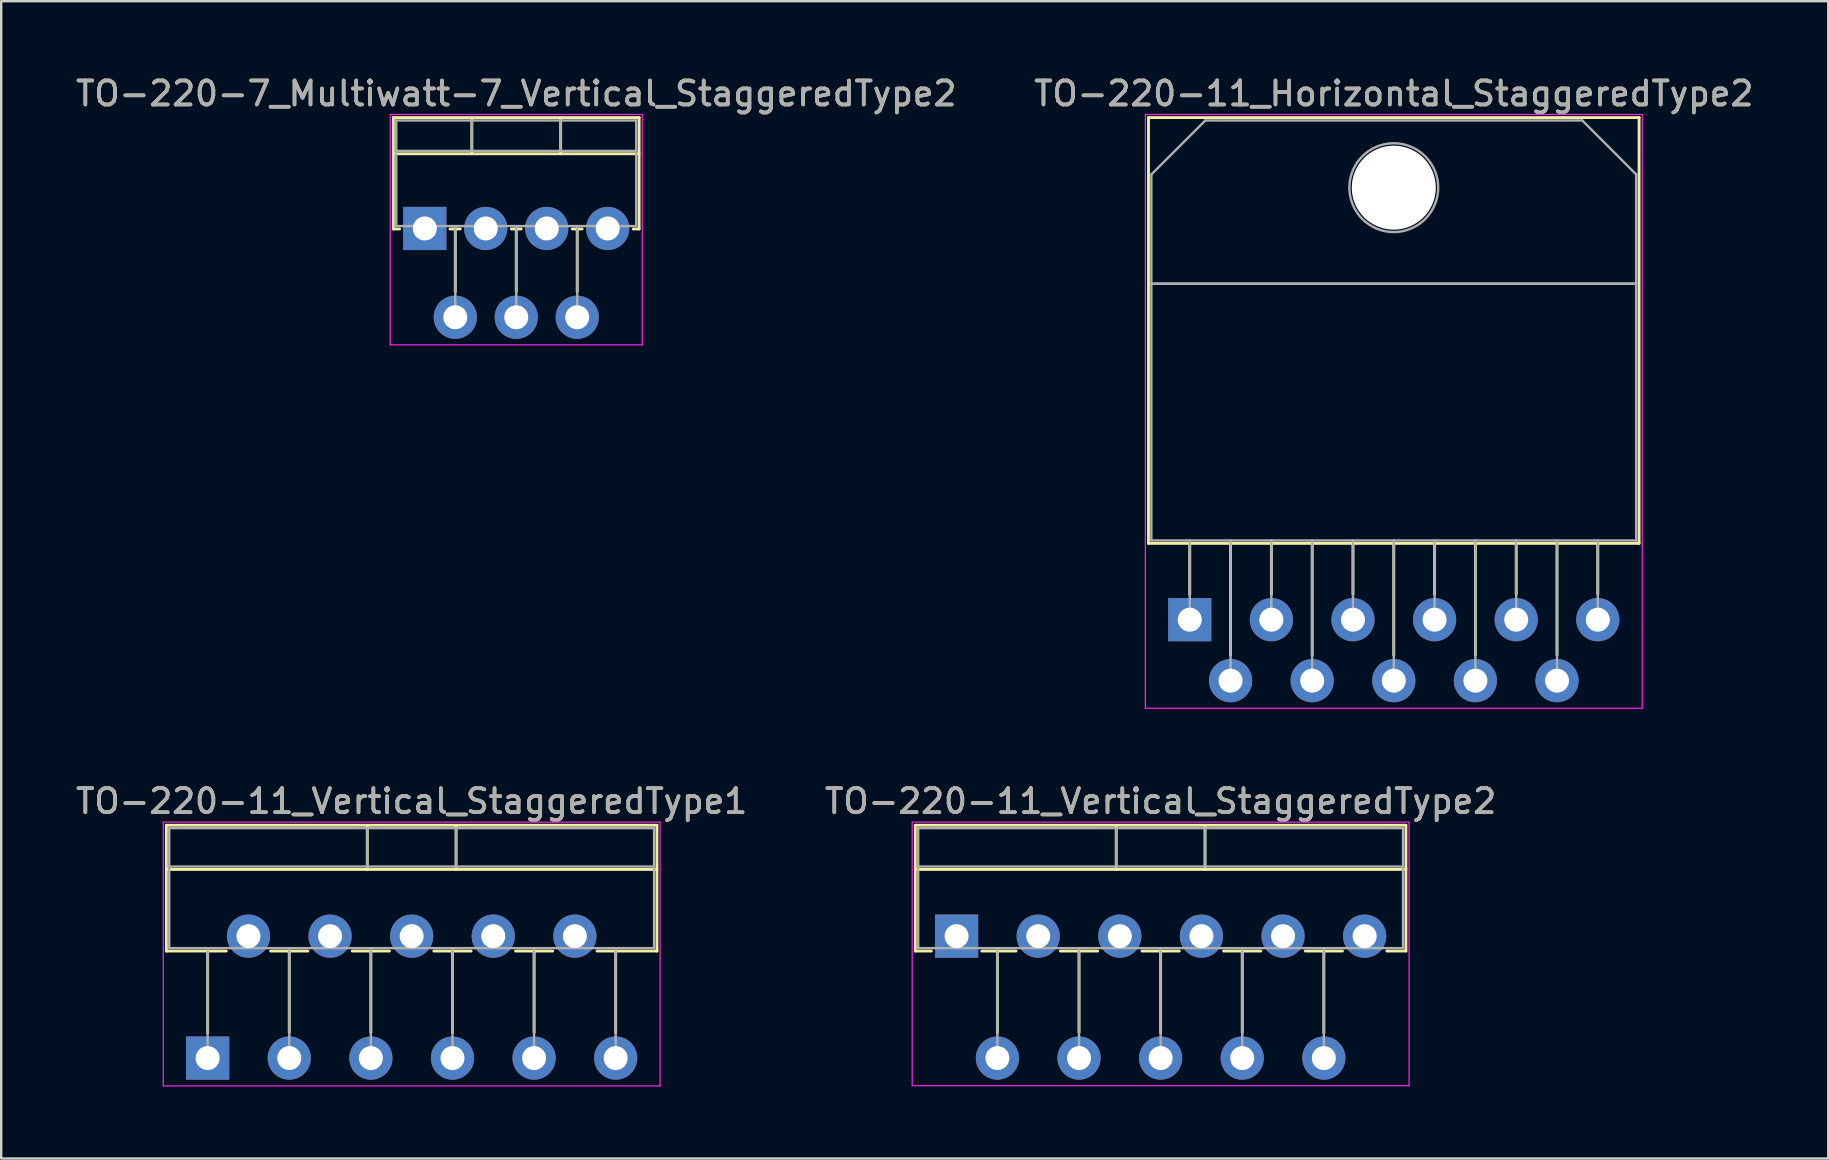
<source format=kicad_pcb>
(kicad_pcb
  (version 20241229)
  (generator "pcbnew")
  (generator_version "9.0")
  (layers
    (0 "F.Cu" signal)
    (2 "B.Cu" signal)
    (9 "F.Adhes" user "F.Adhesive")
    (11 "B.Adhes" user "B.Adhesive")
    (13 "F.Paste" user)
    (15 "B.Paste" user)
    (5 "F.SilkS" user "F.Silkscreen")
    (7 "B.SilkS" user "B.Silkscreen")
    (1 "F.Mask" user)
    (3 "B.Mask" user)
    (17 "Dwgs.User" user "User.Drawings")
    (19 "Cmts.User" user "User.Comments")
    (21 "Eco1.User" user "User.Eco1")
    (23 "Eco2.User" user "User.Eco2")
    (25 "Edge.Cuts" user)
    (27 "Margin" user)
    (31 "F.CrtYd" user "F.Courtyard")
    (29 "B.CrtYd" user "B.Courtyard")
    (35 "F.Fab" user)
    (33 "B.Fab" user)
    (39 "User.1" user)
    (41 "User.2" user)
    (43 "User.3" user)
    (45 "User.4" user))
  (footprint "TO-220-11_Vertical_StaggeredType1"
    (layer "F.Cu")
    (at 5.601 41.032)
    (property "Reference" "TO-220-11_Vertical_StaggeredType1" (at 8.5 -10.7 0) (layer "F.SilkS") (effects (font (size 1 1) (thickness 0.15))))
    (attr through_hole)
    (fp_line (start -1.72 -9.7) (end -1.72 -4.459) (stroke (width 0.12) (type solid)) (layer "F.SilkS"))
    (fp_line (start -1.72 -9.7) (end 18.72 -9.7) (stroke (width 0.12) (type solid)) (layer "F.SilkS"))
    (fp_line (start -1.72 -7.86) (end 18.72 -7.86) (stroke (width 0.12) (type solid)) (layer "F.SilkS"))
    (fp_line (start -1.72 -4.459) (end 0.776 -4.459) (stroke (width 0.12) (type solid)) (layer "F.SilkS"))
    (fp_line (start 0 -4.459) (end 0 -1.05) (stroke (width 0.12) (type solid)) (layer "F.SilkS"))
    (fp_line (start 2.625 -4.459) (end 4.176 -4.459) (stroke (width 0.12) (type solid)) (layer "F.SilkS"))
    (fp_line (start 3.4 -4.459) (end 3.4 -1.065) (stroke (width 0.12) (type solid)) (layer "F.SilkS"))
    (fp_line (start 6.025 -4.459) (end 7.576 -4.459) (stroke (width 0.12) (type solid)) (layer "F.SilkS"))
    (fp_line (start 6.65 -9.7) (end 6.65 -7.86) (stroke (width 0.12) (type solid)) (layer "F.SilkS"))
    (fp_line (start 6.8 -4.459) (end 6.8 -1.065) (stroke (width 0.12) (type solid)) (layer "F.SilkS"))
    (fp_line (start 9.425 -4.459) (end 10.976 -4.459) (stroke (width 0.12) (type solid)) (layer "F.SilkS"))
    (fp_line (start 10.2 -4.459) (end 10.2 -1.065) (stroke (width 0.12) (type solid)) (layer "F.SilkS"))
    (fp_line (start 10.35 -9.7) (end 10.35 -7.86) (stroke (width 0.12) (type solid)) (layer "F.SilkS"))
    (fp_line (start 12.825 -4.459) (end 14.376 -4.459) (stroke (width 0.12) (type solid)) (layer "F.SilkS"))
    (fp_line (start 13.6 -4.459) (end 13.6 -1.065) (stroke (width 0.12) (type solid)) (layer "F.SilkS"))
    (fp_line (start 16.225 -4.459) (end 18.72 -4.459) (stroke (width 0.12) (type solid)) (layer "F.SilkS"))
    (fp_line (start 17 -4.459) (end 17 -1.065) (stroke (width 0.12) (type solid)) (layer "F.SilkS"))
    (fp_line (start 18.72 -9.7) (end 18.72 -4.459) (stroke (width 0.12) (type solid)) (layer "F.SilkS"))
    (fp_line (start -1.85 -9.83) (end -1.85 1.16) (stroke (width 0.05) (type solid)) (layer "F.CrtYd"))
    (fp_line (start -1.85 1.16) (end 18.85 1.16) (stroke (width 0.05) (type solid)) (layer "F.CrtYd"))
    (fp_line (start 18.85 -9.83) (end -1.85 -9.83) (stroke (width 0.05) (type solid)) (layer "F.CrtYd"))
    (fp_line (start 18.85 1.16) (end 18.85 -9.83) (stroke (width 0.05) (type solid)) (layer "F.CrtYd"))
    (fp_line (start -1.6 -9.58) (end -1.6 -4.58) (stroke (width 0.1) (type solid)) (layer "F.Fab"))
    (fp_line (start -1.6 -7.98) (end 18.6 -7.98) (stroke (width 0.1) (type solid)) (layer "F.Fab"))
    (fp_line (start -1.6 -4.58) (end 18.6 -4.58) (stroke (width 0.1) (type solid)) (layer "F.Fab"))
    (fp_line (start 0 -4.58) (end 0 0) (stroke (width 0.1) (type solid)) (layer "F.Fab"))
    (fp_line (start 3.4 -4.58) (end 3.4 0) (stroke (width 0.1) (type solid)) (layer "F.Fab"))
    (fp_line (start 6.65 -9.58) (end 6.65 -7.98) (stroke (width 0.1) (type solid)) (layer "F.Fab"))
    (fp_line (start 6.8 -4.58) (end 6.8 0) (stroke (width 0.1) (type solid)) (layer "F.Fab"))
    (fp_line (start 10.2 -4.58) (end 10.2 0) (stroke (width 0.1) (type solid)) (layer "F.Fab"))
    (fp_line (start 10.35 -9.58) (end 10.35 -7.98) (stroke (width 0.1) (type solid)) (layer "F.Fab"))
    (fp_line (start 13.6 -4.58) (end 13.6 0) (stroke (width 0.1) (type solid)) (layer "F.Fab"))
    (fp_line (start 17 -4.58) (end 17 0) (stroke (width 0.1) (type solid)) (layer "F.Fab"))
    (fp_line (start 18.6 -9.58) (end -1.6 -9.58) (stroke (width 0.1) (type solid)) (layer "F.Fab"))
    (fp_line (start 18.6 -4.58) (end 18.6 -9.58) (stroke (width 0.1) (type solid)) (layer "F.Fab"))
    (fp_text user "${REFERENCE}" (at 8.5 -10.7 0) (layer "F.Fab") (effects (font (size 1 1) (thickness 0.15))))
    (pad "1" thru_hole rect (at 0 0) (size 1.8 1.8) (drill 1) (layers "*.Cu" "*.Mask"))
    (pad "2" thru_hole oval (at 1.7 -5.08) (size 1.8 1.8) (drill 1) (layers "*.Cu" "*.Mask"))
    (pad "3" thru_hole oval (at 3.4 0) (size 1.8 1.8) (drill 1) (layers "*.Cu" "*.Mask"))
    (pad "4" thru_hole oval (at 5.1 -5.08) (size 1.8 1.8) (drill 1) (layers "*.Cu" "*.Mask"))
    (pad "5" thru_hole oval (at 6.8 0) (size 1.8 1.8) (drill 1) (layers "*.Cu" "*.Mask"))
    (pad "6" thru_hole oval (at 8.5 -5.08) (size 1.8 1.8) (drill 1) (layers "*.Cu" "*.Mask"))
    (pad "7" thru_hole oval (at 10.2 0) (size 1.8 1.8) (drill 1) (layers "*.Cu" "*.Mask"))
    (pad "8" thru_hole oval (at 11.9 -5.08) (size 1.8 1.8) (drill 1) (layers "*.Cu" "*.Mask"))
    (pad "9" thru_hole oval (at 13.6 0) (size 1.8 1.8) (drill 1) (layers "*.Cu" "*.Mask"))
    (pad "10" thru_hole oval (at 15.3 -5.08) (size 1.8 1.8) (drill 1) (layers "*.Cu" "*.Mask"))
    (pad "11" thru_hole oval (at 17 0) (size 1.8 1.8) (drill 1) (layers "*.Cu" "*.Mask")))
  (footprint "TO-220-11_Horizontal_StaggeredType2"
    (layer "F.Cu")
    (at 46.518 22.768)
    (property "Reference" "TO-220-11_Horizontal_StaggeredType2" (at 8.5 -21.92 0) (layer "F.SilkS") (effects (font (size 1 1) (thickness 0.15))))
    (attr through_hole)
    (fp_line (start -1.72 -20.92) (end -1.72 -3.18) (stroke (width 0.12) (type solid)) (layer "F.SilkS"))
    (fp_line (start -1.72 -20.92) (end 18.72 -20.92) (stroke (width 0.12) (type solid)) (layer "F.SilkS"))
    (fp_line (start -1.72 -3.18) (end 18.72 -3.18) (stroke (width 0.12) (type solid)) (layer "F.SilkS"))
    (fp_line (start 0 -3.18) (end 0 -1.05) (stroke (width 0.12) (type solid)) (layer "F.SilkS"))
    (fp_line (start 1.7 -3.18) (end 1.7 1.475) (stroke (width 0.12) (type solid)) (layer "F.SilkS"))
    (fp_line (start 3.4 -3.18) (end 3.4 -1.066) (stroke (width 0.12) (type solid)) (layer "F.SilkS"))
    (fp_line (start 5.1 -3.18) (end 5.1 1.475) (stroke (width 0.12) (type solid)) (layer "F.SilkS"))
    (fp_line (start 6.8 -3.18) (end 6.8 -1.066) (stroke (width 0.12) (type solid)) (layer "F.SilkS"))
    (fp_line (start 8.5 -3.18) (end 8.5 1.475) (stroke (width 0.12) (type solid)) (layer "F.SilkS"))
    (fp_line (start 10.2 -3.18) (end 10.2 -1.066) (stroke (width 0.12) (type solid)) (layer "F.SilkS"))
    (fp_line (start 11.9 -3.18) (end 11.9 1.475) (stroke (width 0.12) (type solid)) (layer "F.SilkS"))
    (fp_line (start 13.6 -3.18) (end 13.6 -1.066) (stroke (width 0.12) (type solid)) (layer "F.SilkS"))
    (fp_line (start 15.3 -3.18) (end 15.3 1.475) (stroke (width 0.12) (type solid)) (layer "F.SilkS"))
    (fp_line (start 17 -3.18) (end 17 -1.066) (stroke (width 0.12) (type solid)) (layer "F.SilkS"))
    (fp_line (start 18.72 -20.92) (end 18.72 -3.18) (stroke (width 0.12) (type solid)) (layer "F.SilkS"))
    (fp_line (start -1.85 -21.05) (end -1.85 3.69) (stroke (width 0.05) (type solid)) (layer "F.CrtYd"))
    (fp_line (start -1.85 3.69) (end 18.85 3.69) (stroke (width 0.05) (type solid)) (layer "F.CrtYd"))
    (fp_line (start 18.85 -21.05) (end -1.85 -21.05) (stroke (width 0.05) (type solid)) (layer "F.CrtYd"))
    (fp_line (start 18.85 3.69) (end 18.85 -21.05) (stroke (width 0.05) (type solid)) (layer "F.CrtYd"))
    (fp_line (start -1.6 -18.55) (end 0.651 -20.8) (stroke (width 0.1) (type solid)) (layer "F.Fab"))
    (fp_line (start -1.6 -14) (end -1.6 -18.55) (stroke (width 0.1) (type solid)) (layer "F.Fab"))
    (fp_line (start -1.6 -14) (end 18.6 -14) (stroke (width 0.1) (type solid)) (layer "F.Fab"))
    (fp_line (start -1.6 -3.3) (end -1.6 -14) (stroke (width 0.1) (type solid)) (layer "F.Fab"))
    (fp_line (start 0 -3.3) (end 0 0) (stroke (width 0.1) (type solid)) (layer "F.Fab"))
    (fp_line (start 0.651 -20.8) (end 16.351 -20.8) (stroke (width 0.1) (type solid)) (layer "F.Fab"))
    (fp_line (start 1.7 -3.3) (end 1.7 2.54) (stroke (width 0.1) (type solid)) (layer "F.Fab"))
    (fp_line (start 3.4 -3.3) (end 3.4 0) (stroke (width 0.1) (type solid)) (layer "F.Fab"))
    (fp_line (start 5.1 -3.3) (end 5.1 2.54) (stroke (width 0.1) (type solid)) (layer "F.Fab"))
    (fp_line (start 6.8 -3.3) (end 6.8 0) (stroke (width 0.1) (type solid)) (layer "F.Fab"))
    (fp_line (start 8.5 -3.3) (end 8.5 2.54) (stroke (width 0.1) (type solid)) (layer "F.Fab"))
    (fp_line (start 10.2 -3.3) (end 10.2 0) (stroke (width 0.1) (type solid)) (layer "F.Fab"))
    (fp_line (start 11.9 -3.3) (end 11.9 2.54) (stroke (width 0.1) (type solid)) (layer "F.Fab"))
    (fp_line (start 13.6 -3.3) (end 13.6 0) (stroke (width 0.1) (type solid)) (layer "F.Fab"))
    (fp_line (start 15.3 -3.3) (end 15.3 2.54) (stroke (width 0.1) (type solid)) (layer "F.Fab"))
    (fp_line (start 16.351 -20.8) (end 18.6 -18.55) (stroke (width 0.1) (type solid)) (layer "F.Fab"))
    (fp_line (start 17 -3.3) (end 17 0) (stroke (width 0.1) (type solid)) (layer "F.Fab"))
    (fp_line (start 18.6 -18.55) (end 18.6 -14) (stroke (width 0.1) (type solid)) (layer "F.Fab"))
    (fp_line (start 18.6 -14) (end -1.6 -14) (stroke (width 0.1) (type solid)) (layer "F.Fab"))
    (fp_line (start 18.6 -14) (end 18.6 -3.3) (stroke (width 0.1) (type solid)) (layer "F.Fab"))
    (fp_line (start 18.6 -3.3) (end -1.6 -3.3) (stroke (width 0.1) (type solid)) (layer "F.Fab"))
    (fp_circle (center 8.5 -18) (end 10.35 -18) (stroke (width 0.1) (type solid)) (fill no) (layer "F.Fab"))
    (fp_text user "${REFERENCE}" (at 8.5 -21.92 0) (layer "F.Fab") (effects (font (size 1 1) (thickness 0.15))))
    (pad "" np_thru_hole oval (at 8.5 -18) (size 3.5 3.5) (drill 3.5) (layers "*.Cu" "*.Mask"))
    (pad "1" thru_hole rect (at 0 0) (size 1.8 1.8) (drill 1) (layers "*.Cu" "*.Mask"))
    (pad "2" thru_hole oval (at 1.7 2.54) (size 1.8 1.8) (drill 1) (layers "*.Cu" "*.Mask"))
    (pad "3" thru_hole oval (at 3.4 0) (size 1.8 1.8) (drill 1) (layers "*.Cu" "*.Mask"))
    (pad "4" thru_hole oval (at 5.1 2.54) (size 1.8 1.8) (drill 1) (layers "*.Cu" "*.Mask"))
    (pad "5" thru_hole oval (at 6.8 0) (size 1.8 1.8) (drill 1) (layers "*.Cu" "*.Mask"))
    (pad "6" thru_hole oval (at 8.5 2.54) (size 1.8 1.8) (drill 1) (layers "*.Cu" "*.Mask"))
    (pad "7" thru_hole oval (at 10.2 0) (size 1.8 1.8) (drill 1) (layers "*.Cu" "*.Mask"))
    (pad "8" thru_hole oval (at 11.9 2.54) (size 1.8 1.8) (drill 1) (layers "*.Cu" "*.Mask"))
    (pad "9" thru_hole oval (at 13.6 0) (size 1.8 1.8) (drill 1) (layers "*.Cu" "*.Mask"))
    (pad "10" thru_hole oval (at 15.3 2.54) (size 1.8 1.8) (drill 1) (layers "*.Cu" "*.Mask"))
    (pad "11" thru_hole oval (at 17 0) (size 1.8 1.8) (drill 1) (layers "*.Cu" "*.Mask")))
  (footprint "TO-220-7_Multiwatt-7_Vertical_StaggeredType2"
    (layer "F.Cu")
    (at 14.648 6.468)
    (property "Reference" "TO-220-7_Multiwatt-7_Vertical_StaggeredType2" (at 3.81 -5.62 0) (layer "F.SilkS") (effects (font (size 1 1) (thickness 0.15))))
    (attr through_hole)
    (fp_line (start -1.31 -4.62) (end -1.31 0.021) (stroke (width 0.12) (type solid)) (layer "F.SilkS"))
    (fp_line (start -1.31 -4.62) (end 8.93 -4.62) (stroke (width 0.12) (type solid)) (layer "F.SilkS"))
    (fp_line (start -1.31 -3.111) (end 8.93 -3.111) (stroke (width 0.12) (type solid)) (layer "F.SilkS"))
    (fp_line (start -1.31 0.021) (end -1.05 0.021) (stroke (width 0.12) (type solid)) (layer "F.SilkS"))
    (fp_line (start 1.05 0.021) (end 1.475 0.021) (stroke (width 0.12) (type solid)) (layer "F.SilkS"))
    (fp_line (start 1.27 0.021) (end 1.27 2.635) (stroke (width 0.12) (type solid)) (layer "F.SilkS"))
    (fp_line (start 1.96 -4.62) (end 1.96 -3.111) (stroke (width 0.12) (type solid)) (layer "F.SilkS"))
    (fp_line (start 3.605 0.021) (end 4.016 0.021) (stroke (width 0.12) (type solid)) (layer "F.SilkS"))
    (fp_line (start 3.81 0.021) (end 3.81 2.635) (stroke (width 0.12) (type solid)) (layer "F.SilkS"))
    (fp_line (start 5.66 -4.62) (end 5.66 -3.111) (stroke (width 0.12) (type solid)) (layer "F.SilkS"))
    (fp_line (start 6.145 0.021) (end 6.555 0.021) (stroke (width 0.12) (type solid)) (layer "F.SilkS"))
    (fp_line (start 6.35 0.021) (end 6.35 2.635) (stroke (width 0.12) (type solid)) (layer "F.SilkS"))
    (fp_line (start 8.685 0.021) (end 8.93 0.021) (stroke (width 0.12) (type solid)) (layer "F.SilkS"))
    (fp_line (start 8.93 -4.62) (end 8.93 0.021) (stroke (width 0.12) (type solid)) (layer "F.SilkS"))
    (fp_line (start -1.44 -4.75) (end -1.44 4.85) (stroke (width 0.05) (type solid)) (layer "F.CrtYd"))
    (fp_line (start -1.44 4.85) (end 9.06 4.85) (stroke (width 0.05) (type solid)) (layer "F.CrtYd"))
    (fp_line (start 9.06 -4.75) (end -1.44 -4.75) (stroke (width 0.05) (type solid)) (layer "F.CrtYd"))
    (fp_line (start 9.06 4.85) (end 9.06 -4.75) (stroke (width 0.05) (type solid)) (layer "F.CrtYd"))
    (fp_line (start -1.19 -4.5) (end -1.19 -0.1) (stroke (width 0.1) (type solid)) (layer "F.Fab"))
    (fp_line (start -1.19 -3.23) (end 8.81 -3.23) (stroke (width 0.1) (type solid)) (layer "F.Fab"))
    (fp_line (start -1.19 -0.1) (end 8.81 -0.1) (stroke (width 0.1) (type solid)) (layer "F.Fab"))
    (fp_line (start 0 -0.1) (end 0 0) (stroke (width 0.1) (type solid)) (layer "F.Fab"))
    (fp_line (start 1.27 -0.1) (end 1.27 3.7) (stroke (width 0.1) (type solid)) (layer "F.Fab"))
    (fp_line (start 1.96 -4.5) (end 1.96 -3.23) (stroke (width 0.1) (type solid)) (layer "F.Fab"))
    (fp_line (start 2.54 -0.1) (end 2.54 0) (stroke (width 0.1) (type solid)) (layer "F.Fab"))
    (fp_line (start 3.81 -0.1) (end 3.81 3.7) (stroke (width 0.1) (type solid)) (layer "F.Fab"))
    (fp_line (start 5.08 -0.1) (end 5.08 0) (stroke (width 0.1) (type solid)) (layer "F.Fab"))
    (fp_line (start 5.66 -4.5) (end 5.66 -3.23) (stroke (width 0.1) (type solid)) (layer "F.Fab"))
    (fp_line (start 6.35 -0.1) (end 6.35 3.7) (stroke (width 0.1) (type solid)) (layer "F.Fab"))
    (fp_line (start 7.62 -0.1) (end 7.62 0) (stroke (width 0.1) (type solid)) (layer "F.Fab"))
    (fp_line (start 8.81 -4.5) (end -1.19 -4.5) (stroke (width 0.1) (type solid)) (layer "F.Fab"))
    (fp_line (start 8.81 -0.1) (end 8.81 -4.5) (stroke (width 0.1) (type solid)) (layer "F.Fab"))
    (fp_text user "${REFERENCE}" (at 3.81 -5.62 0) (layer "F.Fab") (effects (font (size 1 1) (thickness 0.15))))
    (pad "1" thru_hole rect (at 0 0) (size 1.8 1.8) (drill 1) (layers "*.Cu" "*.Mask"))
    (pad "2" thru_hole oval (at 1.27 3.7) (size 1.8 1.8) (drill 1) (layers "*.Cu" "*.Mask"))
    (pad "3" thru_hole oval (at 2.54 0) (size 1.8 1.8) (drill 1) (layers "*.Cu" "*.Mask"))
    (pad "4" thru_hole oval (at 3.81 3.7) (size 1.8 1.8) (drill 1) (layers "*.Cu" "*.Mask"))
    (pad "5" thru_hole oval (at 5.08 0) (size 1.8 1.8) (drill 1) (layers "*.Cu" "*.Mask"))
    (pad "6" thru_hole oval (at 6.35 3.7) (size 1.8 1.8) (drill 1) (layers "*.Cu" "*.Mask"))
    (pad "7" thru_hole oval (at 7.62 0) (size 1.8 1.8) (drill 1) (layers "*.Cu" "*.Mask")))
  (footprint "TO-220-11_Vertical_StaggeredType2"
    (layer "F.Cu")
    (at 36.804 35.952)
    (property "Reference" "TO-220-11_Vertical_StaggeredType2" (at 8.5 -5.62 0) (layer "F.SilkS") (effects (font (size 1 1) (thickness 0.15))))
    (attr through_hole)
    (fp_line (start -1.72 -4.62) (end -1.72 0.621) (stroke (width 0.12) (type solid)) (layer "F.SilkS"))
    (fp_line (start -1.72 -4.62) (end 18.72 -4.62) (stroke (width 0.12) (type solid)) (layer "F.SilkS"))
    (fp_line (start -1.72 -2.78) (end 18.72 -2.78) (stroke (width 0.12) (type solid)) (layer "F.SilkS"))
    (fp_line (start -1.72 0.621) (end -1.05 0.621) (stroke (width 0.12) (type solid)) (layer "F.SilkS"))
    (fp_line (start 1.05 0.621) (end 2.476 0.621) (stroke (width 0.12) (type solid)) (layer "F.SilkS"))
    (fp_line (start 1.7 0.621) (end 1.7 4.015) (stroke (width 0.12) (type solid)) (layer "F.SilkS"))
    (fp_line (start 4.325 0.621) (end 5.876 0.621) (stroke (width 0.12) (type solid)) (layer "F.SilkS"))
    (fp_line (start 5.1 0.621) (end 5.1 4.015) (stroke (width 0.12) (type solid)) (layer "F.SilkS"))
    (fp_line (start 6.65 -4.62) (end 6.65 -2.78) (stroke (width 0.12) (type solid)) (layer "F.SilkS"))
    (fp_line (start 7.725 0.621) (end 9.276 0.621) (stroke (width 0.12) (type solid)) (layer "F.SilkS"))
    (fp_line (start 8.5 0.621) (end 8.5 4.015) (stroke (width 0.12) (type solid)) (layer "F.SilkS"))
    (fp_line (start 10.35 -4.62) (end 10.35 -2.78) (stroke (width 0.12) (type solid)) (layer "F.SilkS"))
    (fp_line (start 11.125 0.621) (end 12.676 0.621) (stroke (width 0.12) (type solid)) (layer "F.SilkS"))
    (fp_line (start 11.9 0.621) (end 11.9 4.015) (stroke (width 0.12) (type solid)) (layer "F.SilkS"))
    (fp_line (start 14.525 0.621) (end 16.076 0.621) (stroke (width 0.12) (type solid)) (layer "F.SilkS"))
    (fp_line (start 15.3 0.621) (end 15.3 4.015) (stroke (width 0.12) (type solid)) (layer "F.SilkS"))
    (fp_line (start 17.925 0.621) (end 18.72 0.621) (stroke (width 0.12) (type solid)) (layer "F.SilkS"))
    (fp_line (start 18.72 -4.62) (end 18.72 0.621) (stroke (width 0.12) (type solid)) (layer "F.SilkS"))
    (fp_line (start -1.85 -4.75) (end -1.85 6.23) (stroke (width 0.05) (type solid)) (layer "F.CrtYd"))
    (fp_line (start -1.85 6.23) (end 18.85 6.23) (stroke (width 0.05) (type solid)) (layer "F.CrtYd"))
    (fp_line (start 18.85 -4.75) (end -1.85 -4.75) (stroke (width 0.05) (type solid)) (layer "F.CrtYd"))
    (fp_line (start 18.85 6.23) (end 18.85 -4.75) (stroke (width 0.05) (type solid)) (layer "F.CrtYd"))
    (fp_line (start -1.6 -4.5) (end -1.6 0.5) (stroke (width 0.1) (type solid)) (layer "F.Fab"))
    (fp_line (start -1.6 -2.9) (end 18.6 -2.9) (stroke (width 0.1) (type solid)) (layer "F.Fab"))
    (fp_line (start -1.6 0.5) (end 18.6 0.5) (stroke (width 0.1) (type solid)) (layer "F.Fab"))
    (fp_line (start 1.7 0.5) (end 1.7 5.08) (stroke (width 0.1) (type solid)) (layer "F.Fab"))
    (fp_line (start 5.1 0.5) (end 5.1 5.08) (stroke (width 0.1) (type solid)) (layer "F.Fab"))
    (fp_line (start 6.65 -4.5) (end 6.65 -2.9) (stroke (width 0.1) (type solid)) (layer "F.Fab"))
    (fp_line (start 8.5 0.5) (end 8.5 5.08) (stroke (width 0.1) (type solid)) (layer "F.Fab"))
    (fp_line (start 10.35 -4.5) (end 10.35 -2.9) (stroke (width 0.1) (type solid)) (layer "F.Fab"))
    (fp_line (start 11.9 0.5) (end 11.9 5.08) (stroke (width 0.1) (type solid)) (layer "F.Fab"))
    (fp_line (start 15.3 0.5) (end 15.3 5.08) (stroke (width 0.1) (type solid)) (layer "F.Fab"))
    (fp_line (start 18.6 -4.5) (end -1.6 -4.5) (stroke (width 0.1) (type solid)) (layer "F.Fab"))
    (fp_line (start 18.6 0.5) (end 18.6 -4.5) (stroke (width 0.1) (type solid)) (layer "F.Fab"))
    (fp_text user "${REFERENCE}" (at 8.5 -5.62 0) (layer "F.Fab") (effects (font (size 1 1) (thickness 0.15))))
    (pad "1" thru_hole rect (at 0 0) (size 1.8 1.8) (drill 1) (layers "*.Cu" "*.Mask"))
    (pad "2" thru_hole oval (at 1.7 5.08) (size 1.8 1.8) (drill 1) (layers "*.Cu" "*.Mask"))
    (pad "3" thru_hole oval (at 3.4 0) (size 1.8 1.8) (drill 1) (layers "*.Cu" "*.Mask"))
    (pad "4" thru_hole oval (at 5.1 5.08) (size 1.8 1.8) (drill 1) (layers "*.Cu" "*.Mask"))
    (pad "5" thru_hole oval (at 6.8 0) (size 1.8 1.8) (drill 1) (layers "*.Cu" "*.Mask"))
    (pad "6" thru_hole oval (at 8.5 5.08) (size 1.8 1.8) (drill 1) (layers "*.Cu" "*.Mask"))
    (pad "7" thru_hole oval (at 10.2 0) (size 1.8 1.8) (drill 1) (layers "*.Cu" "*.Mask"))
    (pad "8" thru_hole oval (at 11.9 5.08) (size 1.8 1.8) (drill 1) (layers "*.Cu" "*.Mask"))
    (pad "9" thru_hole oval (at 13.6 0) (size 1.8 1.8) (drill 1) (layers "*.Cu" "*.Mask"))
    (pad "10" thru_hole oval (at 15.3 5.08) (size 1.8 1.8) (drill 1) (layers "*.Cu" "*.Mask"))
    (pad "11" thru_hole oval (at 17 0) (size 1.8 1.8) (drill 1) (layers "*.Cu" "*.Mask")))
  (gr_rect
    (start -3 -3)
    (end 73.119 45.217)
    (stroke (width 0.1) (type default))
    (fill no)
    (layer "Edge.Cuts")))
</source>
